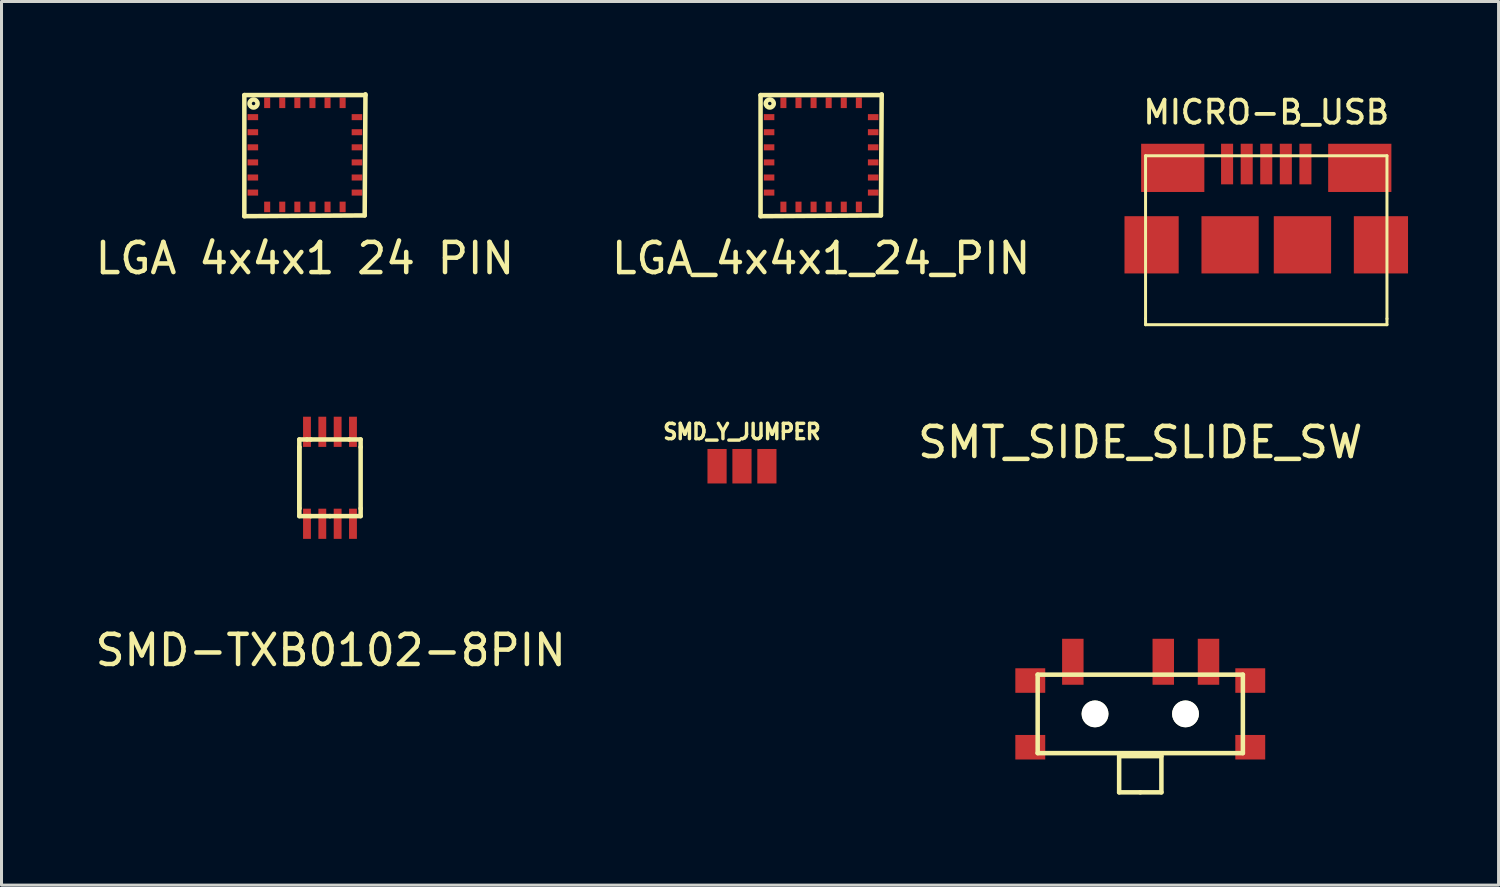
<source format=kicad_pcb>
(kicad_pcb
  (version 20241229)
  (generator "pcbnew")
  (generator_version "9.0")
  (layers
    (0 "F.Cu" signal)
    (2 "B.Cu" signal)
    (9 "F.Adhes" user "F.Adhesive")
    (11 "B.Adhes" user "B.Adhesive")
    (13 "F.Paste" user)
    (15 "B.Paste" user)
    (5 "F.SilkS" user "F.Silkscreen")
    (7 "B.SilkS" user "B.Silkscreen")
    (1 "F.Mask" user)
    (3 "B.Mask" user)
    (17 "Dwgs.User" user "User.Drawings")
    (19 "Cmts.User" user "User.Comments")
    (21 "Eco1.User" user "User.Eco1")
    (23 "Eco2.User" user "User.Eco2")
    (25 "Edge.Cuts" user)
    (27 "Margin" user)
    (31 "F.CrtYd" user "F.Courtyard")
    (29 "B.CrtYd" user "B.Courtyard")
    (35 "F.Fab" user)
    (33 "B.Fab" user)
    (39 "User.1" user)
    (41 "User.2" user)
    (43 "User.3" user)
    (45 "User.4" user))
  (footprint "SMD_Y_JUMPER"
    (layer "F.Cu")
    (at 21.538 12.4)
    (property "Reference" "SMD_Y_JUMPER" (at 0 -1.143 0) (layer "F.SilkS") (effects (font (size 0.508 0.457) (thickness 0.114))))
    (attr smd)
    (pad "1" smd rect (at -0.826 0) (size 0.635 1.143) (layers "F.Cu" "F.Mask" "F.Paste"))
    (pad "2" smd rect (at 0 0) (size 0.635 1.143) (layers "F.Cu" "F.Mask" "F.Paste"))
    (pad "3" smd rect (at 0.826 0) (size 0.635 1.143) (layers "F.Cu" "F.Mask" "F.Paste")))
  (footprint "LGA 4x4x1 24 PIN"
    (layer "F.Cu")
    (at 7.054 2.082)
    (property "Reference" "LGA 4x4x1 24 PIN" (at 0 3.429 0) (layer "F.SilkS") (effects (font (size 1 1) (thickness 0.15))))
    (attr through_hole)
    (fp_line (start -2.007 -1.981) (end 2.007 -1.981) (stroke (width 0.15) (type solid)) (layer "F.SilkS"))
    (fp_line (start -2.007 2.032) (end -2.007 -1.981) (stroke (width 0.15) (type solid)) (layer "F.SilkS"))
    (fp_line (start 1.981 2.007) (end -2.007 2.032) (stroke (width 0.15) (type solid)) (layer "F.SilkS"))
    (fp_line (start 2.007 -2.007) (end 1.981 2.007) (stroke (width 0.15) (type solid)) (layer "F.SilkS"))
    (fp_circle (center -1.702 -1.702) (end -1.676 -1.651) (stroke (width 0.15) (type solid)) (fill no) (layer "F.SilkS"))
    (pad "1" smd rect (at -1.25 -1.725) (size 0.2 0.35) (layers "F.Cu" "F.Mask" "F.Paste"))
    (pad "2" smd rect (at -0.75 -1.725) (size 0.2 0.35) (layers "F.Cu" "F.Mask" "F.Paste"))
    (pad "3" smd rect (at -0.25 -1.725) (size 0.2 0.35) (layers "F.Cu" "F.Mask" "F.Paste"))
    (pad "4" smd rect (at 0.25 -1.725) (size 0.2 0.35) (layers "F.Cu" "F.Mask" "F.Paste"))
    (pad "5" smd rect (at 0.75 -1.725) (size 0.2 0.35) (layers "F.Cu" "F.Mask" "F.Paste"))
    (pad "6" smd rect (at 1.25 -1.725) (size 0.2 0.35) (layers "F.Cu" "F.Mask" "F.Paste"))
    (pad "7" smd rect (at 1.725 -1.25) (size 0.35 0.2) (layers "F.Cu" "F.Mask" "F.Paste"))
    (pad "8" smd rect (at 1.725 -0.75) (size 0.35 0.2) (layers "F.Cu" "F.Mask" "F.Paste"))
    (pad "9" smd rect (at 1.725 -0.25) (size 0.35 0.2) (layers "F.Cu" "F.Mask" "F.Paste"))
    (pad "10" smd rect (at 1.725 0.25) (size 0.35 0.2) (layers "F.Cu" "F.Mask" "F.Paste"))
    (pad "11" smd rect (at 1.725 0.75) (size 0.35 0.2) (layers "F.Cu" "F.Mask" "F.Paste"))
    (pad "12" smd rect (at 1.725 1.25) (size 0.35 0.2) (layers "F.Cu" "F.Mask" "F.Paste"))
    (pad "13" smd rect (at 1.25 1.725) (size 0.2 0.35) (layers "F.Cu" "F.Mask" "F.Paste"))
    (pad "14" smd rect (at 0.75 1.725) (size 0.2 0.35) (layers "F.Cu" "F.Mask" "F.Paste"))
    (pad "15" smd rect (at 0.25 1.725) (size 0.2 0.35) (layers "F.Cu" "F.Mask" "F.Paste"))
    (pad "16" smd rect (at -0.25 1.725) (size 0.2 0.35) (layers "F.Cu" "F.Mask" "F.Paste"))
    (pad "17" smd rect (at -0.75 1.725) (size 0.2 0.35) (layers "F.Cu" "F.Mask" "F.Paste"))
    (pad "18" smd rect (at -1.25 1.725) (size 0.2 0.35) (layers "F.Cu" "F.Mask" "F.Paste"))
    (pad "19" smd rect (at -1.725 1.25) (size 0.35 0.2) (layers "F.Cu" "F.Mask" "F.Paste"))
    (pad "20" smd rect (at -1.725 0.75) (size 0.35 0.2) (layers "F.Cu" "F.Mask" "F.Paste"))
    (pad "21" smd rect (at -1.725 0.25) (size 0.35 0.2) (layers "F.Cu" "F.Mask" "F.Paste"))
    (pad "22" smd rect (at -1.725 -0.25) (size 0.35 0.2) (layers "F.Cu" "F.Mask" "F.Paste"))
    (pad "23" smd rect (at -1.725 -0.75) (size 0.35 0.2) (layers "F.Cu" "F.Mask" "F.Paste"))
    (pad "24" smd rect (at -1.725 -1.25) (size 0.35 0.2) (layers "F.Cu" "F.Mask" "F.Paste")))
  (footprint "SMD-TXB0102-8PIN"
    (layer "F.Cu")
    (at 7.885 12.783)
    (property "Reference" "SMD-TXB0102-8PIN" (at 0.025 5.715 0) (layer "F.SilkS") (effects (font (size 1 1) (thickness 0.15))))
    (attr through_hole)
    (fp_line (start -1.016 -1.27) (end -0.762 -1.27) (stroke (width 0.15) (type solid)) (layer "F.SilkS"))
    (fp_line (start -1.016 -1.016) (end -1.016 -1.27) (stroke (width 0.15) (type solid)) (layer "F.SilkS"))
    (fp_line (start -1.016 -1.016) (end -1.016 1.016) (stroke (width 0.15) (type solid)) (layer "F.SilkS"))
    (fp_line (start -1.016 1.016) (end -1.016 -1.016) (stroke (width 0.15) (type solid)) (layer "F.SilkS"))
    (fp_line (start -1.016 1.016) (end -1.016 1.27) (stroke (width 0.15) (type solid)) (layer "F.SilkS"))
    (fp_line (start -1.016 1.27) (end -0.635 1.27) (stroke (width 0.15) (type solid)) (layer "F.SilkS"))
    (fp_line (start -0.635 -1.27) (end -0.762 -1.27) (stroke (width 0.15) (type solid)) (layer "F.SilkS"))
    (fp_line (start -0.635 -1.27) (end 0.635 -1.27) (stroke (width 0.15) (type solid)) (layer "F.SilkS"))
    (fp_line (start 0 1.27) (end -0.635 1.27) (stroke (width 0.15) (type solid)) (layer "F.SilkS"))
    (fp_line (start 0 1.27) (end 1.016 1.27) (stroke (width 0.15) (type solid)) (layer "F.SilkS"))
    (fp_line (start 0.635 -1.27) (end 1.016 -1.27) (stroke (width 0.15) (type solid)) (layer "F.SilkS"))
    (fp_line (start 1.016 -1.27) (end 1.016 -1.016) (stroke (width 0.15) (type solid)) (layer "F.SilkS"))
    (fp_line (start 1.016 -1.016) (end 1.016 1.016) (stroke (width 0.15) (type solid)) (layer "F.SilkS"))
    (fp_line (start 1.016 1.016) (end 1.016 1.27) (stroke (width 0.15) (type solid)) (layer "F.SilkS"))
    (pad "1" smd rect (at -0.762 1.524) (size 0.26 1) (layers "F.Cu" "F.Mask" "F.Paste"))
    (pad "2" smd rect (at -0.254 1.524) (size 0.26 1) (layers "F.Cu" "F.Mask" "F.Paste"))
    (pad "3" smd rect (at 0.254 1.524) (size 0.26 1) (layers "F.Cu" "F.Mask" "F.Paste"))
    (pad "4" smd rect (at 0.762 1.524) (size 0.26 1) (layers "F.Cu" "F.Mask" "F.Paste"))
    (pad "5" smd rect (at 0.762 -1.524) (size 0.26 1) (layers "F.Cu" "F.Mask" "F.Paste"))
    (pad "6" smd rect (at 0.254 -1.524) (size 0.26 1) (layers "F.Cu" "F.Mask" "F.Paste"))
    (pad "7" smd rect (at -0.254 -1.524) (size 0.26 1) (layers "F.Cu" "F.Mask" "F.Paste"))
    (pad "8" smd rect (at -0.762 -1.524) (size 0.26 1) (layers "F.Cu" "F.Mask" "F.Paste")))
  (footprint "MICRO-B_USB"
    (layer "F.Cu")
    (at 38.912 6.511)
    (property "Reference" "MICRO-B_USB" (at 0 -5.842 0) (layer "F.SilkS") (effects (font (size 0.762 0.762) (thickness 0.127))))
    (attr through_hole)
    (fp_line (start -4 -4.399) (end 4 -4.399) (stroke (width 0.099) (type solid)) (layer "F.SilkS"))
    (fp_line (start -4 1.001) (end -4 -4.399) (stroke (width 0.099) (type solid)) (layer "F.SilkS"))
    (fp_line (start -4 1.001) (end -4 1.199) (stroke (width 0.099) (type solid)) (layer "F.SilkS"))
    (fp_line (start 4 -4.399) (end 4 1.001) (stroke (width 0.099) (type solid)) (layer "F.SilkS"))
    (fp_line (start 4 1.001) (end 4 1.199) (stroke (width 0.099) (type solid)) (layer "F.SilkS"))
    (fp_line (start 4 1.199) (end -4 1.199) (stroke (width 0.099) (type solid)) (layer "F.SilkS"))
    (pad "1" smd rect (at -1.298 -4.125) (size 0.399 1.346) (layers "F.Cu" "F.Mask" "F.Paste"))
    (pad "2" smd rect (at -0.648 -4.125) (size 0.399 1.346) (layers "F.Cu" "F.Mask" "F.Paste"))
    (pad "3" smd rect (at 0 -4.125) (size 0.399 1.346) (layers "F.Cu" "F.Mask" "F.Paste"))
    (pad "4" smd rect (at 0.648 -4.125) (size 0.399 1.346) (layers "F.Cu" "F.Mask" "F.Paste"))
    (pad "5" smd rect (at -3.8 -1.448) (size 1.796 1.897) (layers "F.Cu" "F.Mask" "F.Paste"))
    (pad "5" smd rect (at -3.099 -3.998) (size 2.095 1.598) (layers "F.Cu" "F.Mask" "F.Paste"))
    (pad "5" smd rect (at -1.199 -1.448) (size 1.897 1.897) (layers "F.Cu" "F.Mask" "F.Paste"))
    (pad "5" smd rect (at 1.199 -1.448) (size 1.9 1.897) (layers "F.Cu" "F.Mask" "F.Paste"))
    (pad "5" smd rect (at 1.298 -4.125) (size 0.399 1.346) (layers "F.Cu" "F.Mask" "F.Paste"))
    (pad "5" smd rect (at 3.099 -3.998) (size 2.095 1.598) (layers "F.Cu" "F.Mask" "F.Paste"))
    (pad "5" smd rect (at 3.8 -1.448) (size 1.796 1.897) (layers "F.Cu" "F.Mask" "F.Paste")))
  (footprint "SMT_SIDE_SLIDE_SW"
    (layer "F.Cu")
    (at 34.737 20.607)
    (property "Reference" "SMT_SIDE_SLIDE_SW" (at 0 -9 0) (layer "F.SilkS") (effects (font (size 1 1) (thickness 0.15))))
    (attr through_hole)
    (fp_line (start -3.4 -1.3) (end 3.4 -1.3) (stroke (width 0.15) (type solid)) (layer "F.SilkS"))
    (fp_line (start -3.4 1.3) (end -3.4 -1.3) (stroke (width 0.15) (type solid)) (layer "F.SilkS"))
    (fp_line (start -0.7 1.4) (end 0.7 1.4) (stroke (width 0.15) (type solid)) (layer "F.SilkS"))
    (fp_line (start -0.7 2.6) (end -0.7 1.4) (stroke (width 0.15) (type solid)) (layer "F.SilkS"))
    (fp_line (start 0 2.6) (end -0.7 2.6) (stroke (width 0.15) (type solid)) (layer "F.SilkS"))
    (fp_line (start 0.7 1.4) (end 0.7 2.6) (stroke (width 0.15) (type solid)) (layer "F.SilkS"))
    (fp_line (start 0.7 2.6) (end 0 2.6) (stroke (width 0.15) (type solid)) (layer "F.SilkS"))
    (fp_line (start 3.4 -1.3) (end 3.4 1.3) (stroke (width 0.15) (type solid)) (layer "F.SilkS"))
    (fp_line (start 3.4 1.3) (end -3.4 1.3) (stroke (width 0.15) (type solid)) (layer "F.SilkS"))
    (pad "" smd rect (at -3.645 -1.105) (size 0.991 0.813) (layers "F.Cu" "F.Mask" "F.Paste"))
    (pad "" smd rect (at -3.645 1.105) (size 0.991 0.813) (layers "F.Cu" "F.Mask" "F.Paste"))
    (pad "" np_thru_hole circle (at -1.499 0) (size 0.889 0.889) (drill 0.889) (layers "*.Cu" "*.Mask" "F.SilkS"))
    (pad "" np_thru_hole circle (at 1.499 0) (size 0.889 0.889) (drill 0.889) (layers "*.Cu" "*.Mask" "F.SilkS"))
    (pad "" smd rect (at 3.645 -1.105) (size 0.991 0.813) (layers "F.Cu" "F.Mask" "F.Paste"))
    (pad "" smd rect (at 3.645 1.105) (size 0.991 0.813) (layers "F.Cu" "F.Mask" "F.Paste"))
    (pad "1" smd rect (at -2.235 -1.727) (size 0.711 1.524) (layers "F.Cu" "F.Mask" "F.Paste"))
    (pad "2" smd rect (at 0.762 -1.727) (size 0.711 1.524) (layers "F.Cu" "F.Mask" "F.Paste"))
    (pad "3" smd rect (at 2.261 -1.727) (size 0.711 1.524) (layers "F.Cu" "F.Mask" "F.Paste")))
  (footprint "LGA_4x4x1_24_PIN"
    (layer "F.Cu")
    (at 24.161 2.082)
    (property "Reference" "LGA_4x4x1_24_PIN" (at 0 3.429 0) (layer "F.SilkS") (effects (font (size 1 1) (thickness 0.15))))
    (attr through_hole)
    (fp_line (start -2.007 -1.981) (end 2.007 -1.981) (stroke (width 0.15) (type solid)) (layer "F.SilkS"))
    (fp_line (start -2.007 2.032) (end -2.007 -1.981) (stroke (width 0.15) (type solid)) (layer "F.SilkS"))
    (fp_line (start 1.981 2.007) (end -2.007 2.032) (stroke (width 0.15) (type solid)) (layer "F.SilkS"))
    (fp_line (start 2.007 -2.007) (end 1.981 2.007) (stroke (width 0.15) (type solid)) (layer "F.SilkS"))
    (fp_circle (center -1.702 -1.702) (end -1.676 -1.651) (stroke (width 0.15) (type solid)) (fill no) (layer "F.SilkS"))
    (pad "1" smd rect (at -1.25 -1.725) (size 0.2 0.35) (layers "F.Cu" "F.Mask" "F.Paste"))
    (pad "2" smd rect (at -0.75 -1.725) (size 0.2 0.35) (layers "F.Cu" "F.Mask" "F.Paste"))
    (pad "3" smd rect (at -0.25 -1.725) (size 0.2 0.35) (layers "F.Cu" "F.Mask" "F.Paste"))
    (pad "4" smd rect (at 0.25 -1.725) (size 0.2 0.35) (layers "F.Cu" "F.Mask" "F.Paste"))
    (pad "5" smd rect (at 0.75 -1.725) (size 0.2 0.35) (layers "F.Cu" "F.Mask" "F.Paste"))
    (pad "6" smd rect (at 1.25 -1.725) (size 0.2 0.35) (layers "F.Cu" "F.Mask" "F.Paste"))
    (pad "7" smd rect (at 1.725 -1.25) (size 0.35 0.2) (layers "F.Cu" "F.Mask" "F.Paste"))
    (pad "8" smd rect (at 1.725 -0.75) (size 0.35 0.2) (layers "F.Cu" "F.Mask" "F.Paste"))
    (pad "9" smd rect (at 1.725 -0.25) (size 0.35 0.2) (layers "F.Cu" "F.Mask" "F.Paste"))
    (pad "10" smd rect (at 1.725 0.25) (size 0.35 0.2) (layers "F.Cu" "F.Mask" "F.Paste"))
    (pad "11" smd rect (at 1.725 0.75) (size 0.35 0.2) (layers "F.Cu" "F.Mask" "F.Paste"))
    (pad "12" smd rect (at 1.725 1.25) (size 0.35 0.2) (layers "F.Cu" "F.Mask" "F.Paste"))
    (pad "13" smd rect (at 1.25 1.725) (size 0.2 0.35) (layers "F.Cu" "F.Mask" "F.Paste"))
    (pad "14" smd rect (at 0.75 1.725) (size 0.2 0.35) (layers "F.Cu" "F.Mask" "F.Paste"))
    (pad "15" smd rect (at 0.25 1.725) (size 0.2 0.35) (layers "F.Cu" "F.Mask" "F.Paste"))
    (pad "16" smd rect (at -0.25 1.725) (size 0.2 0.35) (layers "F.Cu" "F.Mask" "F.Paste"))
    (pad "17" smd rect (at -0.75 1.725) (size 0.2 0.35) (layers "F.Cu" "F.Mask" "F.Paste"))
    (pad "18" smd rect (at -1.25 1.725) (size 0.2 0.35) (layers "F.Cu" "F.Mask" "F.Paste"))
    (pad "19" smd rect (at -1.725 1.25) (size 0.35 0.2) (layers "F.Cu" "F.Mask" "F.Paste"))
    (pad "20" smd rect (at -1.725 0.75) (size 0.35 0.2) (layers "F.Cu" "F.Mask" "F.Paste"))
    (pad "21" smd rect (at -1.725 0.25) (size 0.35 0.2) (layers "F.Cu" "F.Mask" "F.Paste"))
    (pad "22" smd rect (at -1.725 -0.25) (size 0.35 0.2) (layers "F.Cu" "F.Mask" "F.Paste"))
    (pad "23" smd rect (at -1.725 -0.75) (size 0.35 0.2) (layers "F.Cu" "F.Mask" "F.Paste"))
    (pad "24" smd rect (at -1.725 -1.25) (size 0.35 0.2) (layers "F.Cu" "F.Mask" "F.Paste")))
  (gr_rect
    (start -3 -3)
    (end 46.61 26.282)
    (stroke (width 0.1) (type default))
    (fill no)
    (layer "Edge.Cuts")))
</source>
